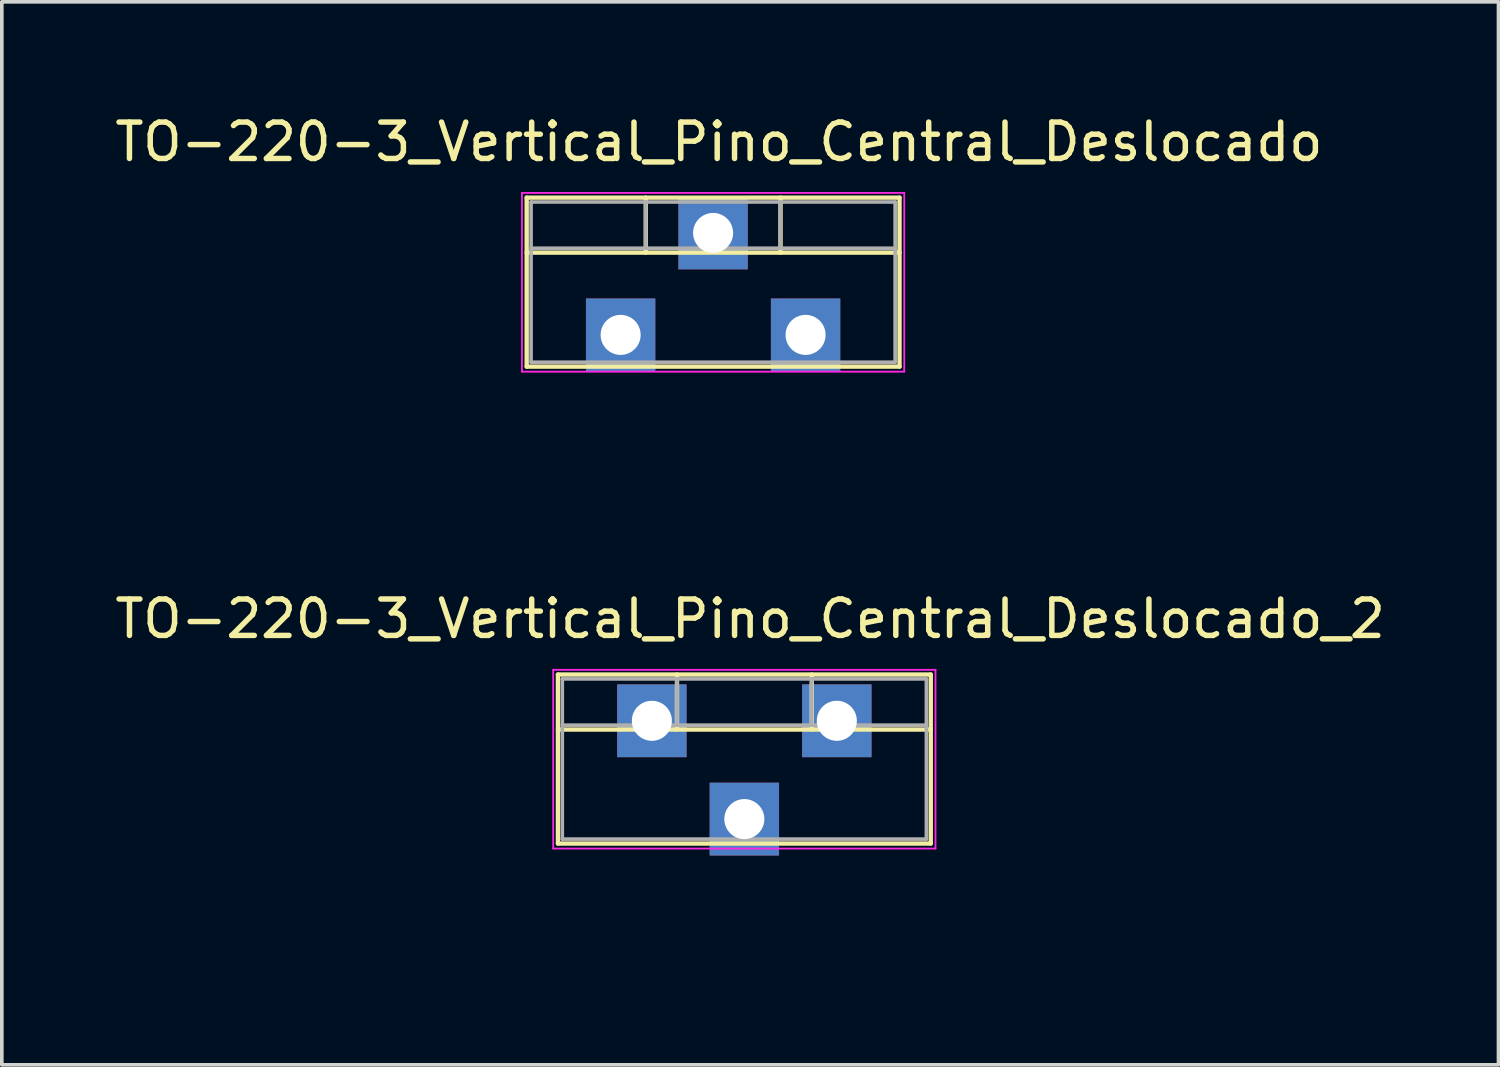
<source format=kicad_pcb>
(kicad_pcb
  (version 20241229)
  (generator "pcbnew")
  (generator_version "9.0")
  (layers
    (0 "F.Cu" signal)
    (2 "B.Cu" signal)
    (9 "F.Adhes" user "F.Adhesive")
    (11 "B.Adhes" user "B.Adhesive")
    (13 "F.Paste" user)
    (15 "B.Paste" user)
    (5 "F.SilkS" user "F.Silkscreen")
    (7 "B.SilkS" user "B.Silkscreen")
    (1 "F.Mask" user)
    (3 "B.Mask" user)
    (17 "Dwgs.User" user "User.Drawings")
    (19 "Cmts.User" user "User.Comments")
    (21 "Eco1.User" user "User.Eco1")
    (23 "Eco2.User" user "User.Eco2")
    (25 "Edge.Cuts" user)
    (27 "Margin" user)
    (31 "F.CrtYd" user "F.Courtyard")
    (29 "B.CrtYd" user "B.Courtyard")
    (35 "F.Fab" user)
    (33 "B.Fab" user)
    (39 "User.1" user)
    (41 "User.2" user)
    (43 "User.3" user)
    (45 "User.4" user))
  (footprint "TO-220-3_Vertical_Pino_Central_Deslocado"
    (layer "F.Cu")
    (at 16.696 9.848)
    (property "Reference" "TO-220-3_Vertical_Pino_Central_Deslocado" (at 0 -9 0) (layer "F.SilkS") (effects (font (size 1 1) (thickness 0.15))))
    (attr through_hole)
    (fp_line (start -5.28 -7.47) (end -5.28 -2.829) (stroke (width 0.12) (type solid)) (layer "F.SilkS"))
    (fp_line (start -5.28 -7.47) (end 4.96 -7.47) (stroke (width 0.12) (type solid)) (layer "F.SilkS"))
    (fp_line (start -5.28 -5.96) (end 4.96 -5.96) (stroke (width 0.12) (type solid)) (layer "F.SilkS"))
    (fp_line (start -5.28 -2.829) (end 4.96 -2.829) (stroke (width 0.12) (type solid)) (layer "F.SilkS"))
    (fp_line (start -2.01 -7.47) (end -2.01 -5.96) (stroke (width 0.12) (type solid)) (layer "F.SilkS"))
    (fp_line (start 1.691 -7.47) (end 1.691 -5.96) (stroke (width 0.12) (type solid)) (layer "F.SilkS"))
    (fp_line (start 4.96 -7.47) (end 4.96 -2.829) (stroke (width 0.12) (type solid)) (layer "F.SilkS"))
    (fp_line (start -5.41 -7.6) (end -5.41 -2.69) (stroke (width 0.05) (type solid)) (layer "F.CrtYd"))
    (fp_line (start -5.41 -2.69) (end 5.09 -2.69) (stroke (width 0.05) (type solid)) (layer "F.CrtYd"))
    (fp_line (start 5.09 -7.6) (end -5.41 -7.6) (stroke (width 0.05) (type solid)) (layer "F.CrtYd"))
    (fp_line (start 5.09 -2.69) (end 5.09 -7.6) (stroke (width 0.05) (type solid)) (layer "F.CrtYd"))
    (fp_line (start -5.16 -7.35) (end -5.16 -2.95) (stroke (width 0.1) (type solid)) (layer "F.Fab"))
    (fp_line (start -5.16 -6.08) (end 4.84 -6.08) (stroke (width 0.1) (type solid)) (layer "F.Fab"))
    (fp_line (start -5.16 -2.95) (end 4.84 -2.95) (stroke (width 0.1) (type solid)) (layer "F.Fab"))
    (fp_line (start -2.01 -7.35) (end -2.01 -6.08) (stroke (width 0.1) (type solid)) (layer "F.Fab"))
    (fp_line (start 1.69 -7.35) (end 1.69 -6.08) (stroke (width 0.1) (type solid)) (layer "F.Fab"))
    (fp_line (start 4.84 -7.35) (end -5.16 -7.35) (stroke (width 0.1) (type solid)) (layer "F.Fab"))
    (fp_line (start 4.84 -2.95) (end 4.84 -7.35) (stroke (width 0.1) (type solid)) (layer "F.Fab"))
    (pad "1" thru_hole rect (at -2.7 -3.7) (size 1.905 2) (drill 1.1) (layers "*.Cu" "*.Mask"))
    (pad "2" thru_hole rect (at -0.16 -6.5) (size 1.905 2) (drill 1.1) (layers "*.Cu" "*.Mask"))
    (pad "3" thru_hole rect (at 2.38 -3.7) (size 1.905 2) (drill 1.1) (layers "*.Cu" "*.Mask")))
  (footprint "TO-220-3_Vertical_Pino_Central_Deslocado_2"
    (layer "F.Cu")
    (at 17.554 22.947)
    (property "Reference" "TO-220-3_Vertical_Pino_Central_Deslocado_2" (at 0 -9 0) (layer "F.SilkS") (effects (font (size 1 1) (thickness 0.15))))
    (attr through_hole)
    (fp_line (start -5.28 -7.47) (end -5.28 -2.829) (stroke (width 0.12) (type solid)) (layer "F.SilkS"))
    (fp_line (start -5.28 -7.47) (end 4.96 -7.47) (stroke (width 0.12) (type solid)) (layer "F.SilkS"))
    (fp_line (start -5.28 -5.96) (end 4.96 -5.96) (stroke (width 0.12) (type solid)) (layer "F.SilkS"))
    (fp_line (start -5.28 -2.829) (end 4.96 -2.829) (stroke (width 0.12) (type solid)) (layer "F.SilkS"))
    (fp_line (start -2.01 -7.47) (end -2.01 -5.96) (stroke (width 0.12) (type solid)) (layer "F.SilkS"))
    (fp_line (start 1.691 -7.47) (end 1.691 -5.96) (stroke (width 0.12) (type solid)) (layer "F.SilkS"))
    (fp_line (start 4.96 -7.47) (end 4.96 -2.829) (stroke (width 0.12) (type solid)) (layer "F.SilkS"))
    (fp_line (start -5.41 -7.6) (end -5.41 -2.69) (stroke (width 0.05) (type solid)) (layer "F.CrtYd"))
    (fp_line (start -5.41 -2.69) (end 5.09 -2.69) (stroke (width 0.05) (type solid)) (layer "F.CrtYd"))
    (fp_line (start 5.09 -7.6) (end -5.41 -7.6) (stroke (width 0.05) (type solid)) (layer "F.CrtYd"))
    (fp_line (start 5.09 -2.69) (end 5.09 -7.6) (stroke (width 0.05) (type solid)) (layer "F.CrtYd"))
    (fp_line (start -5.16 -7.35) (end -5.16 -2.95) (stroke (width 0.1) (type solid)) (layer "F.Fab"))
    (fp_line (start -5.16 -6.08) (end 4.84 -6.08) (stroke (width 0.1) (type solid)) (layer "F.Fab"))
    (fp_line (start -5.16 -2.95) (end 4.84 -2.95) (stroke (width 0.1) (type solid)) (layer "F.Fab"))
    (fp_line (start -2.01 -7.35) (end -2.01 -6.08) (stroke (width 0.1) (type solid)) (layer "F.Fab"))
    (fp_line (start 1.69 -7.35) (end 1.69 -6.08) (stroke (width 0.1) (type solid)) (layer "F.Fab"))
    (fp_line (start 4.84 -7.35) (end -5.16 -7.35) (stroke (width 0.1) (type solid)) (layer "F.Fab"))
    (fp_line (start 4.84 -2.95) (end 4.84 -7.35) (stroke (width 0.1) (type solid)) (layer "F.Fab"))
    (pad "1" thru_hole rect (at -2.7 -6.2) (size 1.905 2) (drill 1.1) (layers "*.Cu" "*.Mask"))
    (pad "2" thru_hole rect (at -0.16 -3.5) (size 1.905 2) (drill 1.1) (layers "*.Cu" "*.Mask"))
    (pad "3" thru_hole rect (at 2.38 -6.2) (size 1.905 2) (drill 1.1) (layers "*.Cu" "*.Mask")))
  (gr_rect
    (start -3 -3)
    (end 38.107 26.197)
    (stroke (width 0.1) (type default))
    (fill no)
    (layer "Edge.Cuts")))
</source>
